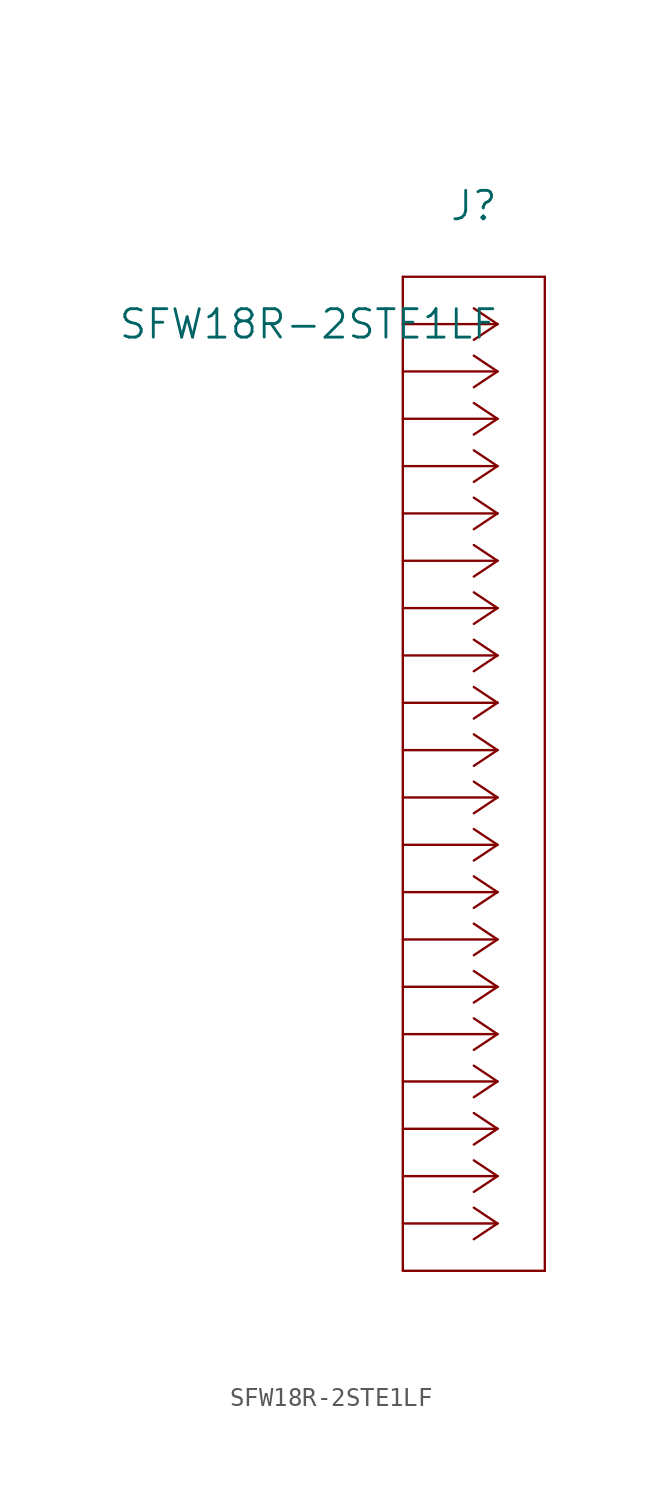
<source format=kicad_sym>
(kicad_symbol_lib
  (version 20211014)
  (generator kicad_symbol_editor)
  (symbol "SFW18R-2STE1LF"
    (pin_names
      (offset 0.254))
    (property "Reference" "J"
      (at 8.89 6.35 0)
      (effects (font (size 1.524 1.524))))
    (property "Value" "SFW18R-2STE1LF"
      (at 0 0 0)
      (effects (font (size 1.524 1.524))))
    (symbol "SFW18R-2STE1LF_0_1"
      (polyline (pts (xy 10.16 0) (xy 5.08 0)) (stroke (width .127) (type default) (color 0 0 0 0)) (fill (type none)))
      (polyline (pts (xy 10.16 -2.54) (xy 5.08 -2.54)) (stroke (width .127) (type default) (color 0 0 0 0)) (fill (type none)))
      (polyline (pts (xy 10.16 -5.08) (xy 5.08 -5.08)) (stroke (width .127) (type default) (color 0 0 0 0)) (fill (type none)))
      (polyline (pts (xy 10.16 -7.62) (xy 5.08 -7.62)) (stroke (width .127) (type default) (color 0 0 0 0)) (fill (type none)))
      (polyline (pts (xy 10.16 -10.16) (xy 5.08 -10.16)) (stroke (width .127) (type default) (color 0 0 0 0)) (fill (type none)))
      (polyline (pts (xy 10.16 -12.7) (xy 5.08 -12.7)) (stroke (width .127) (type default) (color 0 0 0 0)) (fill (type none)))
      (polyline (pts (xy 10.16 -15.24) (xy 5.08 -15.24)) (stroke (width .127) (type default) (color 0 0 0 0)) (fill (type none)))
      (polyline (pts (xy 10.16 -17.78) (xy 5.08 -17.78)) (stroke (width .127) (type default) (color 0 0 0 0)) (fill (type none)))
      (polyline (pts (xy 10.16 -20.32) (xy 5.08 -20.32)) (stroke (width .127) (type default) (color 0 0 0 0)) (fill (type none)))
      (polyline (pts (xy 10.16 -22.86) (xy 5.08 -22.86)) (stroke (width .127) (type default) (color 0 0 0 0)) (fill (type none)))
      (polyline (pts (xy 10.16 -25.4) (xy 5.08 -25.4)) (stroke (width .127) (type default) (color 0 0 0 0)) (fill (type none)))
      (polyline (pts (xy 10.16 -27.94) (xy 5.08 -27.94)) (stroke (width .127) (type default) (color 0 0 0 0)) (fill (type none)))
      (polyline (pts (xy 10.16 -30.48) (xy 5.08 -30.48)) (stroke (width .127) (type default) (color 0 0 0 0)) (fill (type none)))
      (polyline (pts (xy 10.16 -33.02) (xy 5.08 -33.02)) (stroke (width .127) (type default) (color 0 0 0 0)) (fill (type none)))
      (polyline (pts (xy 10.16 -35.56) (xy 5.08 -35.56)) (stroke (width .127) (type default) (color 0 0 0 0)) (fill (type none)))
      (polyline (pts (xy 10.16 -38.1) (xy 5.08 -38.1)) (stroke (width .127) (type default) (color 0 0 0 0)) (fill (type none)))
      (polyline (pts (xy 10.16 -40.64) (xy 5.08 -40.64)) (stroke (width .127) (type default) (color 0 0 0 0)) (fill (type none)))
      (polyline (pts (xy 10.16 -43.18) (xy 5.08 -43.18)) (stroke (width .127) (type default) (color 0 0 0 0)) (fill (type none)))
      (polyline (pts (xy 10.16 -45.72) (xy 5.08 -45.72)) (stroke (width .127) (type default) (color 0 0 0 0)) (fill (type none)))
      (polyline (pts (xy 10.16 -48.26) (xy 5.08 -48.26)) (stroke (width .127) (type default) (color 0 0 0 0)) (fill (type none)))
      (polyline (pts (xy 10.16 0) (xy 8.89 .846666)) (stroke (width .127) (type default) (color 0 0 0 0)) (fill (type none)))
      (polyline (pts (xy 10.16 -2.54) (xy 8.89 -1.693)) (stroke (width .127) (type default) (color 0 0 0 0)) (fill (type none)))
      (polyline (pts (xy 10.16 -5.08) (xy 8.89 -4.233)) (stroke (width .127) (type default) (color 0 0 0 0)) (fill (type none)))
      (polyline (pts (xy 10.16 -7.62) (xy 8.89 -6.773)) (stroke (width .127) (type default) (color 0 0 0 0)) (fill (type none)))
      (polyline (pts (xy 10.16 -10.16) (xy 8.89 -9.313)) (stroke (width .127) (type default) (color 0 0 0 0)) (fill (type none)))
      (polyline (pts (xy 10.16 -12.7) (xy 8.89 -11.853)) (stroke (width .127) (type default) (color 0 0 0 0)) (fill (type none)))
      (polyline (pts (xy 10.16 -15.24) (xy 8.89 -14.393)) (stroke (width .127) (type default) (color 0 0 0 0)) (fill (type none)))
      (polyline (pts (xy 10.16 -17.78) (xy 8.89 -16.933)) (stroke (width .127) (type default) (color 0 0 0 0)) (fill (type none)))
      (polyline (pts (xy 10.16 -20.32) (xy 8.89 -19.473)) (stroke (width .127) (type default) (color 0 0 0 0)) (fill (type none)))
      (polyline (pts (xy 10.16 -22.86) (xy 8.89 -22.013)) (stroke (width .127) (type default) (color 0 0 0 0)) (fill (type none)))
      (polyline (pts (xy 10.16 -25.4) (xy 8.89 -24.553)) (stroke (width .127) (type default) (color 0 0 0 0)) (fill (type none)))
      (polyline (pts (xy 10.16 -27.94) (xy 8.89 -27.093)) (stroke (width .127) (type default) (color 0 0 0 0)) (fill (type none)))
      (polyline (pts (xy 10.16 -30.48) (xy 8.89 -29.633)) (stroke (width .127) (type default) (color 0 0 0 0)) (fill (type none)))
      (polyline (pts (xy 10.16 -33.02) (xy 8.89 -32.173)) (stroke (width .127) (type default) (color 0 0 0 0)) (fill (type none)))
      (polyline (pts (xy 10.16 -35.56) (xy 8.89 -34.713)) (stroke (width .127) (type default) (color 0 0 0 0)) (fill (type none)))
      (polyline (pts (xy 10.16 -38.1) (xy 8.89 -37.253)) (stroke (width .127) (type default) (color 0 0 0 0)) (fill (type none)))
      (polyline (pts (xy 10.16 -40.64) (xy 8.89 -39.793)) (stroke (width .127) (type default) (color 0 0 0 0)) (fill (type none)))
      (polyline (pts (xy 10.16 -43.18) (xy 8.89 -42.333)) (stroke (width .127) (type default) (color 0 0 0 0)) (fill (type none)))
      (polyline (pts (xy 10.16 -45.72) (xy 8.89 -44.873)) (stroke (width .127) (type default) (color 0 0 0 0)) (fill (type none)))
      (polyline (pts (xy 10.16 -48.26) (xy 8.89 -47.413)) (stroke (width .127) (type default) (color 0 0 0 0)) (fill (type none)))
      (polyline (pts (xy 10.16 0) (xy 8.89 -.846666)) (stroke (width .127) (type default) (color 0 0 0 0)) (fill (type none)))
      (polyline (pts (xy 10.16 -2.54) (xy 8.89 -3.387)) (stroke (width .127) (type default) (color 0 0 0 0)) (fill (type none)))
      (polyline (pts (xy 10.16 -5.08) (xy 8.89 -5.927)) (stroke (width .127) (type default) (color 0 0 0 0)) (fill (type none)))
      (polyline (pts (xy 10.16 -7.62) (xy 8.89 -8.467)) (stroke (width .127) (type default) (color 0 0 0 0)) (fill (type none)))
      (polyline (pts (xy 10.16 -10.16) (xy 8.89 -11.007)) (stroke (width .127) (type default) (color 0 0 0 0)) (fill (type none)))
      (polyline (pts (xy 10.16 -12.7) (xy 8.89 -13.547)) (stroke (width .127) (type default) (color 0 0 0 0)) (fill (type none)))
      (polyline (pts (xy 10.16 -15.24) (xy 8.89 -16.087)) (stroke (width .127) (type default) (color 0 0 0 0)) (fill (type none)))
      (polyline (pts (xy 10.16 -17.78) (xy 8.89 -18.627)) (stroke (width .127) (type default) (color 0 0 0 0)) (fill (type none)))
      (polyline (pts (xy 10.16 -20.32) (xy 8.89 -21.167)) (stroke (width .127) (type default) (color 0 0 0 0)) (fill (type none)))
      (polyline (pts (xy 10.16 -22.86) (xy 8.89 -23.707)) (stroke (width .127) (type default) (color 0 0 0 0)) (fill (type none)))
      (polyline (pts (xy 10.16 -25.4) (xy 8.89 -26.247)) (stroke (width .127) (type default) (color 0 0 0 0)) (fill (type none)))
      (polyline (pts (xy 10.16 -27.94) (xy 8.89 -28.787)) (stroke (width .127) (type default) (color 0 0 0 0)) (fill (type none)))
      (polyline (pts (xy 10.16 -30.48) (xy 8.89 -31.327)) (stroke (width .127) (type default) (color 0 0 0 0)) (fill (type none)))
      (polyline (pts (xy 10.16 -33.02) (xy 8.89 -33.867)) (stroke (width .127) (type default) (color 0 0 0 0)) (fill (type none)))
      (polyline (pts (xy 10.16 -35.56) (xy 8.89 -36.407)) (stroke (width .127) (type default) (color 0 0 0 0)) (fill (type none)))
      (polyline (pts (xy 10.16 -38.1) (xy 8.89 -38.947)) (stroke (width .127) (type default) (color 0 0 0 0)) (fill (type none)))
      (polyline (pts (xy 10.16 -40.64) (xy 8.89 -41.487)) (stroke (width .127) (type default) (color 0 0 0 0)) (fill (type none)))
      (polyline (pts (xy 10.16 -43.18) (xy 8.89 -44.027)) (stroke (width .127) (type default) (color 0 0 0 0)) (fill (type none)))
      (polyline (pts (xy 10.16 -45.72) (xy 8.89 -46.567)) (stroke (width .127) (type default) (color 0 0 0 0)) (fill (type none)))
      (polyline (pts (xy 10.16 -48.26) (xy 8.89 -49.107)) (stroke (width .127) (type default) (color 0 0 0 0)) (fill (type none)))
      (polyline (pts (xy 5.08 2.54) (xy 5.08 -50.8)) (stroke (width .127) (type default) (color 0 0 0 0)) (fill (type none)))
      (polyline (pts (xy 5.08 -50.8) (xy 12.7 -50.8)) (stroke (width .127) (type default) (color 0 0 0 0)) (fill (type none)))
      (polyline (pts (xy 12.7 -50.8) (xy 12.7 2.54)) (stroke (width .127) (type default) (color 0 0 0 0)) (fill (type none)))
      (polyline (pts (xy 12.7 2.54) (xy 5.08 2.54)) (stroke (width .127) (type default) (color 0 0 0 0)) (fill (type none))))))
</source>
